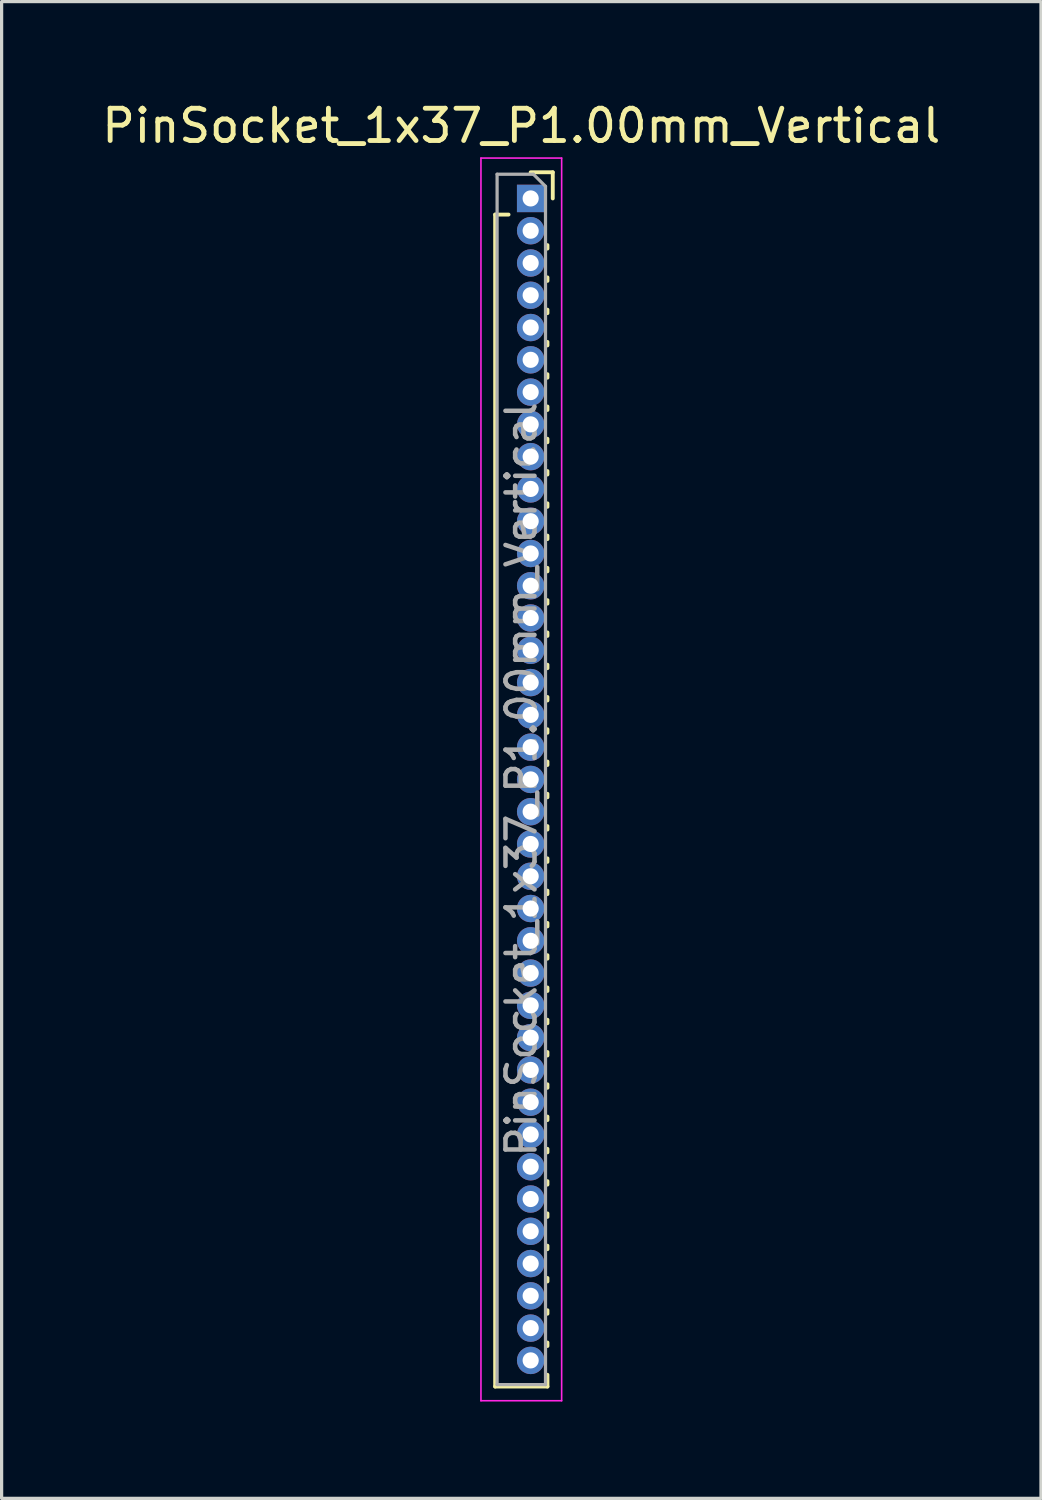
<source format=kicad_pcb>
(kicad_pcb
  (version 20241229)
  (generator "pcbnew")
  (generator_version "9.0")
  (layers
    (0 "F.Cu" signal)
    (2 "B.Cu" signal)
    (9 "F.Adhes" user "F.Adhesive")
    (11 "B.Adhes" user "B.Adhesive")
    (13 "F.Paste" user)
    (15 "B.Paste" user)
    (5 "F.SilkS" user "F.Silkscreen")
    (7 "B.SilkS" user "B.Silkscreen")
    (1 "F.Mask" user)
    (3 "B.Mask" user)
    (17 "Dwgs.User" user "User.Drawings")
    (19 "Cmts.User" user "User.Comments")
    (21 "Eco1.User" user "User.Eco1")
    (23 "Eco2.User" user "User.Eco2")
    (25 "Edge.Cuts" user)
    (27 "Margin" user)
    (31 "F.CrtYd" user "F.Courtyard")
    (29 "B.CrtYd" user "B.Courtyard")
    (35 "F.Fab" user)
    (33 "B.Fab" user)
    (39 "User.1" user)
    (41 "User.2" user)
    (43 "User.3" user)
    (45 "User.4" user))
  (footprint "PinSocket_1x37_P1.00mm_Vertical"
    (layer "F.Cu")
    (at 13.391 3.098)
    (property "Reference" "PinSocket_1x37_P1.00mm_Vertical" (at -0.29 -2.25 0) (layer "F.SilkS") (effects (font (size 1 1) (thickness 0.15))))
    (attr through_hole)
    (fp_line (start -1.1 0.5) (end -1.1 36.81) (stroke (width 0.12) (type solid)) (layer "F.SilkS"))
    (fp_line (start -1.1 0.5) (end -0.685 0.5) (stroke (width 0.12) (type solid)) (layer "F.SilkS"))
    (fp_line (start -1.1 36.81) (end 0.52 36.81) (stroke (width 0.12) (type solid)) (layer "F.SilkS"))
    (fp_line (start 0 -0.81) (end 0.685 -0.81) (stroke (width 0.12) (type solid)) (layer "F.SilkS"))
    (fp_line (start 0.52 1.446) (end 0.52 1.554) (stroke (width 0.12) (type solid)) (layer "F.SilkS"))
    (fp_line (start 0.52 2.446) (end 0.52 2.554) (stroke (width 0.12) (type solid)) (layer "F.SilkS"))
    (fp_line (start 0.52 3.446) (end 0.52 3.554) (stroke (width 0.12) (type solid)) (layer "F.SilkS"))
    (fp_line (start 0.52 4.446) (end 0.52 4.554) (stroke (width 0.12) (type solid)) (layer "F.SilkS"))
    (fp_line (start 0.52 5.446) (end 0.52 5.554) (stroke (width 0.12) (type solid)) (layer "F.SilkS"))
    (fp_line (start 0.52 6.446) (end 0.52 6.554) (stroke (width 0.12) (type solid)) (layer "F.SilkS"))
    (fp_line (start 0.52 7.446) (end 0.52 7.554) (stroke (width 0.12) (type solid)) (layer "F.SilkS"))
    (fp_line (start 0.52 8.446) (end 0.52 8.554) (stroke (width 0.12) (type solid)) (layer "F.SilkS"))
    (fp_line (start 0.52 9.446) (end 0.52 9.554) (stroke (width 0.12) (type solid)) (layer "F.SilkS"))
    (fp_line (start 0.52 10.446) (end 0.52 10.554) (stroke (width 0.12) (type solid)) (layer "F.SilkS"))
    (fp_line (start 0.52 11.446) (end 0.52 11.554) (stroke (width 0.12) (type solid)) (layer "F.SilkS"))
    (fp_line (start 0.52 12.446) (end 0.52 12.554) (stroke (width 0.12) (type solid)) (layer "F.SilkS"))
    (fp_line (start 0.52 13.446) (end 0.52 13.554) (stroke (width 0.12) (type solid)) (layer "F.SilkS"))
    (fp_line (start 0.52 14.446) (end 0.52 14.554) (stroke (width 0.12) (type solid)) (layer "F.SilkS"))
    (fp_line (start 0.52 15.446) (end 0.52 15.554) (stroke (width 0.12) (type solid)) (layer "F.SilkS"))
    (fp_line (start 0.52 16.446) (end 0.52 16.554) (stroke (width 0.12) (type solid)) (layer "F.SilkS"))
    (fp_line (start 0.52 17.446) (end 0.52 17.554) (stroke (width 0.12) (type solid)) (layer "F.SilkS"))
    (fp_line (start 0.52 18.446) (end 0.52 18.554) (stroke (width 0.12) (type solid)) (layer "F.SilkS"))
    (fp_line (start 0.52 19.446) (end 0.52 19.554) (stroke (width 0.12) (type solid)) (layer "F.SilkS"))
    (fp_line (start 0.52 20.446) (end 0.52 20.554) (stroke (width 0.12) (type solid)) (layer "F.SilkS"))
    (fp_line (start 0.52 21.446) (end 0.52 21.554) (stroke (width 0.12) (type solid)) (layer "F.SilkS"))
    (fp_line (start 0.52 22.446) (end 0.52 22.554) (stroke (width 0.12) (type solid)) (layer "F.SilkS"))
    (fp_line (start 0.52 23.446) (end 0.52 23.554) (stroke (width 0.12) (type solid)) (layer "F.SilkS"))
    (fp_line (start 0.52 24.446) (end 0.52 24.554) (stroke (width 0.12) (type solid)) (layer "F.SilkS"))
    (fp_line (start 0.52 25.446) (end 0.52 25.554) (stroke (width 0.12) (type solid)) (layer "F.SilkS"))
    (fp_line (start 0.52 26.446) (end 0.52 26.554) (stroke (width 0.12) (type solid)) (layer "F.SilkS"))
    (fp_line (start 0.52 27.446) (end 0.52 27.554) (stroke (width 0.12) (type solid)) (layer "F.SilkS"))
    (fp_line (start 0.52 28.446) (end 0.52 28.554) (stroke (width 0.12) (type solid)) (layer "F.SilkS"))
    (fp_line (start 0.52 29.446) (end 0.52 29.554) (stroke (width 0.12) (type solid)) (layer "F.SilkS"))
    (fp_line (start 0.52 30.446) (end 0.52 30.554) (stroke (width 0.12) (type solid)) (layer "F.SilkS"))
    (fp_line (start 0.52 31.446) (end 0.52 31.554) (stroke (width 0.12) (type solid)) (layer "F.SilkS"))
    (fp_line (start 0.52 32.446) (end 0.52 32.554) (stroke (width 0.12) (type solid)) (layer "F.SilkS"))
    (fp_line (start 0.52 33.446) (end 0.52 33.554) (stroke (width 0.12) (type solid)) (layer "F.SilkS"))
    (fp_line (start 0.52 34.446) (end 0.52 34.554) (stroke (width 0.12) (type solid)) (layer "F.SilkS"))
    (fp_line (start 0.52 35.446) (end 0.52 35.554) (stroke (width 0.12) (type solid)) (layer "F.SilkS"))
    (fp_line (start 0.52 36.446) (end 0.52 36.81) (stroke (width 0.12) (type solid)) (layer "F.SilkS"))
    (fp_line (start 0.685 -0.81) (end 0.685 0) (stroke (width 0.12) (type solid)) (layer "F.SilkS"))
    (fp_line (start -1.54 -1.25) (end 0.96 -1.25) (stroke (width 0.05) (type solid)) (layer "F.CrtYd"))
    (fp_line (start -1.54 37.25) (end -1.54 -1.25) (stroke (width 0.05) (type solid)) (layer "F.CrtYd"))
    (fp_line (start 0.96 -1.25) (end 0.96 37.25) (stroke (width 0.05) (type solid)) (layer "F.CrtYd"))
    (fp_line (start 0.96 37.25) (end -1.54 37.25) (stroke (width 0.05) (type solid)) (layer "F.CrtYd"))
    (fp_line (start -1.04 -0.75) (end 0.085 -0.75) (stroke (width 0.1) (type solid)) (layer "F.Fab"))
    (fp_line (start -1.04 36.75) (end -1.04 -0.75) (stroke (width 0.1) (type solid)) (layer "F.Fab"))
    (fp_line (start 0.085 -0.75) (end 0.46 -0.375) (stroke (width 0.1) (type solid)) (layer "F.Fab"))
    (fp_line (start 0.46 -0.375) (end 0.46 36.75) (stroke (width 0.1) (type solid)) (layer "F.Fab"))
    (fp_line (start 0.46 36.75) (end -1.04 36.75) (stroke (width 0.1) (type solid)) (layer "F.Fab"))
    (fp_text user "${REFERENCE}" (at -0.29 18 90) (layer "F.Fab") (effects (font (size 0.9 0.9) (thickness 0.14))))
    (pad "1" thru_hole rect (at 0 0) (size 0.85 0.85) (drill 0.5) (layers "*.Cu" "*.Mask"))
    (pad "2" thru_hole circle (at 0 1) (size 0.85 0.85) (drill 0.5) (layers "*.Cu" "*.Mask"))
    (pad "3" thru_hole circle (at 0 2) (size 0.85 0.85) (drill 0.5) (layers "*.Cu" "*.Mask"))
    (pad "4" thru_hole circle (at 0 3) (size 0.85 0.85) (drill 0.5) (layers "*.Cu" "*.Mask"))
    (pad "5" thru_hole circle (at 0 4) (size 0.85 0.85) (drill 0.5) (layers "*.Cu" "*.Mask"))
    (pad "6" thru_hole circle (at 0 5) (size 0.85 0.85) (drill 0.5) (layers "*.Cu" "*.Mask"))
    (pad "7" thru_hole circle (at 0 6) (size 0.85 0.85) (drill 0.5) (layers "*.Cu" "*.Mask"))
    (pad "8" thru_hole circle (at 0 7) (size 0.85 0.85) (drill 0.5) (layers "*.Cu" "*.Mask"))
    (pad "9" thru_hole circle (at 0 8) (size 0.85 0.85) (drill 0.5) (layers "*.Cu" "*.Mask"))
    (pad "10" thru_hole circle (at 0 9) (size 0.85 0.85) (drill 0.5) (layers "*.Cu" "*.Mask"))
    (pad "11" thru_hole circle (at 0 10) (size 0.85 0.85) (drill 0.5) (layers "*.Cu" "*.Mask"))
    (pad "12" thru_hole circle (at 0 11) (size 0.85 0.85) (drill 0.5) (layers "*.Cu" "*.Mask"))
    (pad "13" thru_hole circle (at 0 12) (size 0.85 0.85) (drill 0.5) (layers "*.Cu" "*.Mask"))
    (pad "14" thru_hole circle (at 0 13) (size 0.85 0.85) (drill 0.5) (layers "*.Cu" "*.Mask"))
    (pad "15" thru_hole circle (at 0 14) (size 0.85 0.85) (drill 0.5) (layers "*.Cu" "*.Mask"))
    (pad "16" thru_hole circle (at 0 15) (size 0.85 0.85) (drill 0.5) (layers "*.Cu" "*.Mask"))
    (pad "17" thru_hole circle (at 0 16) (size 0.85 0.85) (drill 0.5) (layers "*.Cu" "*.Mask"))
    (pad "18" thru_hole circle (at 0 17) (size 0.85 0.85) (drill 0.5) (layers "*.Cu" "*.Mask"))
    (pad "19" thru_hole circle (at 0 18) (size 0.85 0.85) (drill 0.5) (layers "*.Cu" "*.Mask"))
    (pad "20" thru_hole circle (at 0 19) (size 0.85 0.85) (drill 0.5) (layers "*.Cu" "*.Mask"))
    (pad "21" thru_hole circle (at 0 20) (size 0.85 0.85) (drill 0.5) (layers "*.Cu" "*.Mask"))
    (pad "22" thru_hole circle (at 0 21) (size 0.85 0.85) (drill 0.5) (layers "*.Cu" "*.Mask"))
    (pad "23" thru_hole circle (at 0 22) (size 0.85 0.85) (drill 0.5) (layers "*.Cu" "*.Mask"))
    (pad "24" thru_hole circle (at 0 23) (size 0.85 0.85) (drill 0.5) (layers "*.Cu" "*.Mask"))
    (pad "25" thru_hole circle (at 0 24) (size 0.85 0.85) (drill 0.5) (layers "*.Cu" "*.Mask"))
    (pad "26" thru_hole circle (at 0 25) (size 0.85 0.85) (drill 0.5) (layers "*.Cu" "*.Mask"))
    (pad "27" thru_hole circle (at 0 26) (size 0.85 0.85) (drill 0.5) (layers "*.Cu" "*.Mask"))
    (pad "28" thru_hole circle (at 0 27) (size 0.85 0.85) (drill 0.5) (layers "*.Cu" "*.Mask"))
    (pad "29" thru_hole circle (at 0 28) (size 0.85 0.85) (drill 0.5) (layers "*.Cu" "*.Mask"))
    (pad "30" thru_hole circle (at 0 29) (size 0.85 0.85) (drill 0.5) (layers "*.Cu" "*.Mask"))
    (pad "31" thru_hole circle (at 0 30) (size 0.85 0.85) (drill 0.5) (layers "*.Cu" "*.Mask"))
    (pad "32" thru_hole circle (at 0 31) (size 0.85 0.85) (drill 0.5) (layers "*.Cu" "*.Mask"))
    (pad "33" thru_hole circle (at 0 32) (size 0.85 0.85) (drill 0.5) (layers "*.Cu" "*.Mask"))
    (pad "34" thru_hole circle (at 0 33) (size 0.85 0.85) (drill 0.5) (layers "*.Cu" "*.Mask"))
    (pad "35" thru_hole circle (at 0 34) (size 0.85 0.85) (drill 0.5) (layers "*.Cu" "*.Mask"))
    (pad "36" thru_hole circle (at 0 35) (size 0.85 0.85) (drill 0.5) (layers "*.Cu" "*.Mask"))
    (pad "37" thru_hole circle (at 0 36) (size 0.85 0.85) (drill 0.5) (layers "*.Cu" "*.Mask")))
  (gr_rect
    (start -3 -3)
    (end 29.202 43.373)
    (stroke (width 0.1) (type default))
    (fill no)
    (layer "Edge.Cuts")))
</source>
